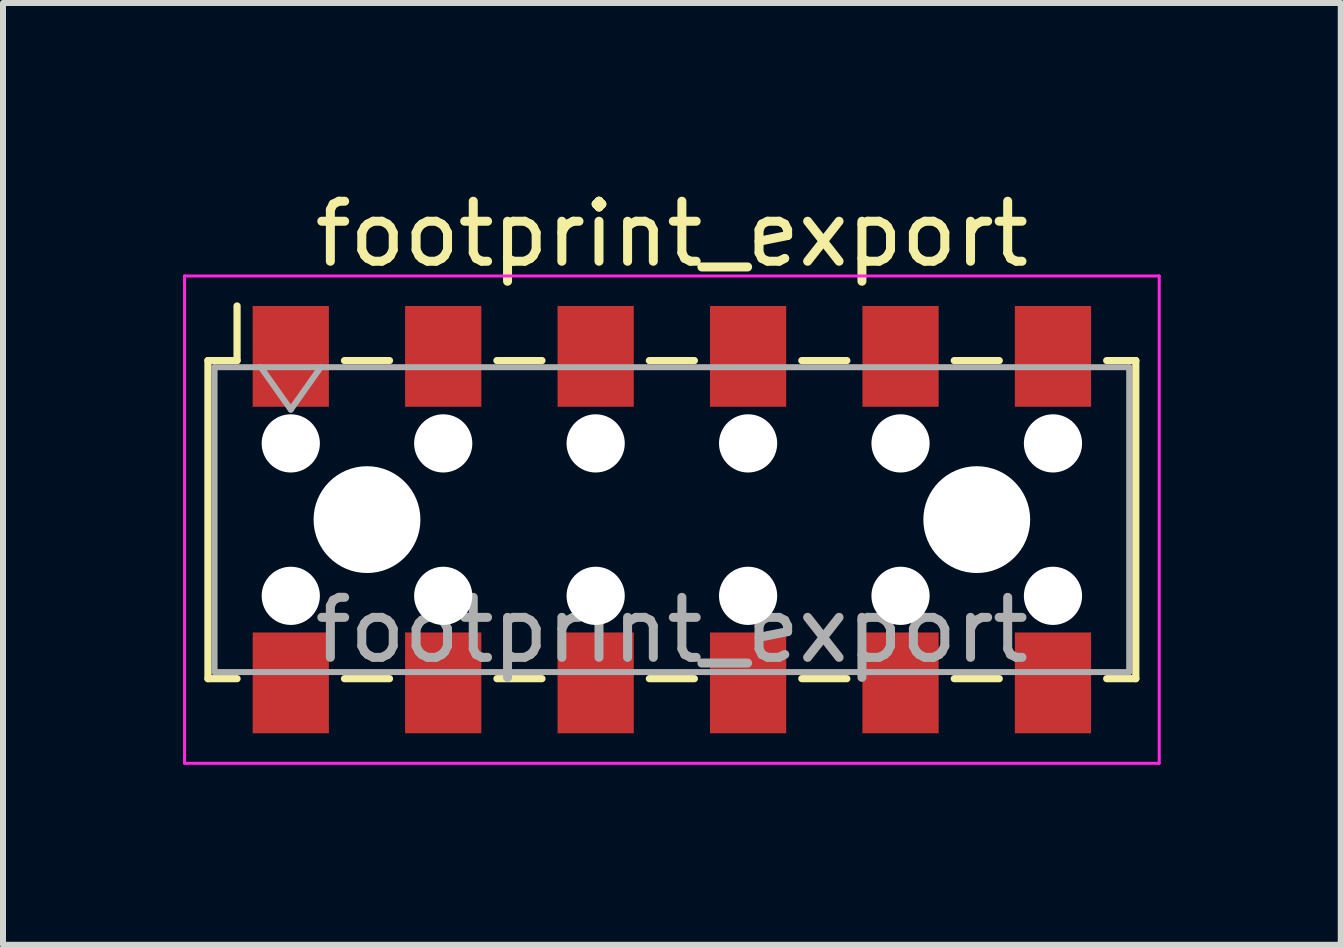
<source format=kicad_pcb>
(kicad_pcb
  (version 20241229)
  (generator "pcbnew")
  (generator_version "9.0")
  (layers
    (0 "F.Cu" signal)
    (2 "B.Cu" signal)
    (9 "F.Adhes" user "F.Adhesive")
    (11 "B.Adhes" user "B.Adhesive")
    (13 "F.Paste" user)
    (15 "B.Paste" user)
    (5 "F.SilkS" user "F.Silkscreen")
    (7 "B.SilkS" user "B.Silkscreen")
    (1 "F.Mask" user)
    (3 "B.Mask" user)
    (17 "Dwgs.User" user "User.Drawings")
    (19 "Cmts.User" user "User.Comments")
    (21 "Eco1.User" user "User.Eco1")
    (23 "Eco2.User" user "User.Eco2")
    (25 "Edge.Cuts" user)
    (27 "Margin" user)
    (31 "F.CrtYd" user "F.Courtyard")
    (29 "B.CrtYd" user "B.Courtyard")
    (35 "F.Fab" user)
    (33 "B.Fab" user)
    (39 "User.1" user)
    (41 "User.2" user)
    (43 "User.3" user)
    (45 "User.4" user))
  (footprint "footprint_export"
    (layer "F.Cu")
    (at 8.145 5.608)
    (property "Reference" "footprint_export" (at 0 -4.76 0) (layer "F.SilkS") (effects (font (size 1 1) (thickness 0.15))))
    (attr smd)
    (fp_line (start -7.73 -2.65) (end -7.73 2.65) (stroke (width 0.12) (type solid)) (layer "F.SilkS"))
    (fp_line (start -7.73 2.65) (end -7.245 2.65) (stroke (width 0.12) (type solid)) (layer "F.SilkS"))
    (fp_line (start -7.245 -3.56) (end -7.245 -2.65) (stroke (width 0.12) (type solid)) (layer "F.SilkS"))
    (fp_line (start -7.245 -2.65) (end -7.73 -2.65) (stroke (width 0.12) (type solid)) (layer "F.SilkS"))
    (fp_line (start -5.455 -2.65) (end -4.705 -2.65) (stroke (width 0.12) (type solid)) (layer "F.SilkS"))
    (fp_line (start -5.455 2.65) (end -4.705 2.65) (stroke (width 0.12) (type solid)) (layer "F.SilkS"))
    (fp_line (start -2.915 -2.65) (end -2.165 -2.65) (stroke (width 0.12) (type solid)) (layer "F.SilkS"))
    (fp_line (start -2.915 2.65) (end -2.165 2.65) (stroke (width 0.12) (type solid)) (layer "F.SilkS"))
    (fp_line (start -0.375 -2.65) (end 0.375 -2.65) (stroke (width 0.12) (type solid)) (layer "F.SilkS"))
    (fp_line (start -0.375 2.65) (end 0.375 2.65) (stroke (width 0.12) (type solid)) (layer "F.SilkS"))
    (fp_line (start 2.165 -2.65) (end 2.915 -2.65) (stroke (width 0.12) (type solid)) (layer "F.SilkS"))
    (fp_line (start 2.165 2.65) (end 2.915 2.65) (stroke (width 0.12) (type solid)) (layer "F.SilkS"))
    (fp_line (start 4.705 -2.65) (end 5.455 -2.65) (stroke (width 0.12) (type solid)) (layer "F.SilkS"))
    (fp_line (start 4.705 2.65) (end 5.455 2.65) (stroke (width 0.12) (type solid)) (layer "F.SilkS"))
    (fp_line (start 7.245 -2.65) (end 7.73 -2.65) (stroke (width 0.12) (type solid)) (layer "F.SilkS"))
    (fp_line (start 7.73 -2.65) (end 7.73 2.65) (stroke (width 0.12) (type solid)) (layer "F.SilkS"))
    (fp_line (start 7.73 2.65) (end 7.245 2.65) (stroke (width 0.12) (type solid)) (layer "F.SilkS"))
    (fp_line (start -8.12 -4.06) (end 8.12 -4.06) (stroke (width 0.05) (type solid)) (layer "F.CrtYd"))
    (fp_line (start -8.12 4.06) (end -8.12 -4.06) (stroke (width 0.05) (type solid)) (layer "F.CrtYd"))
    (fp_line (start 8.12 -4.06) (end 8.12 4.06) (stroke (width 0.05) (type solid)) (layer "F.CrtYd"))
    (fp_line (start 8.12 4.06) (end -8.12 4.06) (stroke (width 0.05) (type solid)) (layer "F.CrtYd"))
    (fp_line (start -7.62 -2.54) (end 7.62 -2.54) (stroke (width 0.1) (type solid)) (layer "F.Fab"))
    (fp_line (start -7.62 2.54) (end -7.62 -2.54) (stroke (width 0.1) (type solid)) (layer "F.Fab"))
    (fp_line (start -6.85 -2.54) (end -6.35 -1.833) (stroke (width 0.1) (type solid)) (layer "F.Fab"))
    (fp_line (start -6.35 -1.833) (end -5.85 -2.54) (stroke (width 0.1) (type solid)) (layer "F.Fab"))
    (fp_line (start 7.62 -2.54) (end 7.62 2.54) (stroke (width 0.1) (type solid)) (layer "F.Fab"))
    (fp_line (start 7.62 2.54) (end -7.62 2.54) (stroke (width 0.1) (type solid)) (layer "F.Fab"))
    (fp_text user "${REFERENCE}" (at 0 1.84 0) (layer "F.Fab") (effects (font (size 1 1) (thickness 0.15))))
    (pad "" np_thru_hole circle (at -6.35 -1.27) (size 0.97 0.97) (drill 0.97) (layers "*.Cu" "*.Mask"))
    (pad "" np_thru_hole circle (at -6.35 1.27) (size 0.97 0.97) (drill 0.97) (layers "*.Cu" "*.Mask"))
    (pad "" np_thru_hole circle (at -5.08 0) (size 1.78 1.78) (drill 1.78) (layers "*.Cu" "*.Mask"))
    (pad "" np_thru_hole circle (at -3.81 -1.27) (size 0.97 0.97) (drill 0.97) (layers "*.Cu" "*.Mask"))
    (pad "" np_thru_hole circle (at -3.81 1.27) (size 0.97 0.97) (drill 0.97) (layers "*.Cu" "*.Mask"))
    (pad "" np_thru_hole circle (at -1.27 -1.27) (size 0.97 0.97) (drill 0.97) (layers "*.Cu" "*.Mask"))
    (pad "" np_thru_hole circle (at -1.27 1.27) (size 0.97 0.97) (drill 0.97) (layers "*.Cu" "*.Mask"))
    (pad "" np_thru_hole circle (at 1.27 -1.27) (size 0.97 0.97) (drill 0.97) (layers "*.Cu" "*.Mask"))
    (pad "" np_thru_hole circle (at 1.27 1.27) (size 0.97 0.97) (drill 0.97) (layers "*.Cu" "*.Mask"))
    (pad "" np_thru_hole circle (at 3.81 -1.27) (size 0.97 0.97) (drill 0.97) (layers "*.Cu" "*.Mask"))
    (pad "" np_thru_hole circle (at 3.81 1.27) (size 0.97 0.97) (drill 0.97) (layers "*.Cu" "*.Mask"))
    (pad "" np_thru_hole circle (at 5.08 0) (size 1.78 1.78) (drill 1.78) (layers "*.Cu" "*.Mask"))
    (pad "" np_thru_hole circle (at 6.35 -1.27) (size 0.97 0.97) (drill 0.97) (layers "*.Cu" "*.Mask"))
    (pad "" np_thru_hole circle (at 6.35 1.27) (size 0.97 0.97) (drill 0.97) (layers "*.Cu" "*.Mask"))
    (pad "1" smd rect (at -6.35 -2.72) (size 1.27 1.68) (layers "F.Cu" "F.Mask" "F.Paste"))
    (pad "2" smd rect (at -6.35 2.72) (size 1.27 1.68) (layers "F.Cu" "F.Mask" "F.Paste"))
    (pad "3" smd rect (at -3.81 -2.72) (size 1.27 1.68) (layers "F.Cu" "F.Mask" "F.Paste"))
    (pad "4" smd rect (at -3.81 2.72) (size 1.27 1.68) (layers "F.Cu" "F.Mask" "F.Paste"))
    (pad "5" smd rect (at -1.27 -2.72) (size 1.27 1.68) (layers "F.Cu" "F.Mask" "F.Paste"))
    (pad "6" smd rect (at -1.27 2.72) (size 1.27 1.68) (layers "F.Cu" "F.Mask" "F.Paste"))
    (pad "7" smd rect (at 1.27 -2.72) (size 1.27 1.68) (layers "F.Cu" "F.Mask" "F.Paste"))
    (pad "8" smd rect (at 1.27 2.72) (size 1.27 1.68) (layers "F.Cu" "F.Mask" "F.Paste"))
    (pad "9" smd rect (at 3.81 -2.72) (size 1.27 1.68) (layers "F.Cu" "F.Mask" "F.Paste"))
    (pad "10" smd rect (at 3.81 2.72) (size 1.27 1.68) (layers "F.Cu" "F.Mask" "F.Paste"))
    (pad "11" smd rect (at 6.35 -2.72) (size 1.27 1.68) (layers "F.Cu" "F.Mask" "F.Paste"))
    (pad "12" smd rect (at 6.35 2.72) (size 1.27 1.68) (layers "F.Cu" "F.Mask" "F.Paste")))
  (gr_rect
    (start -3 -3)
    (end 19.29 12.693)
    (stroke (width 0.1) (type default))
    (fill no)
    (layer "Edge.Cuts")))
</source>
